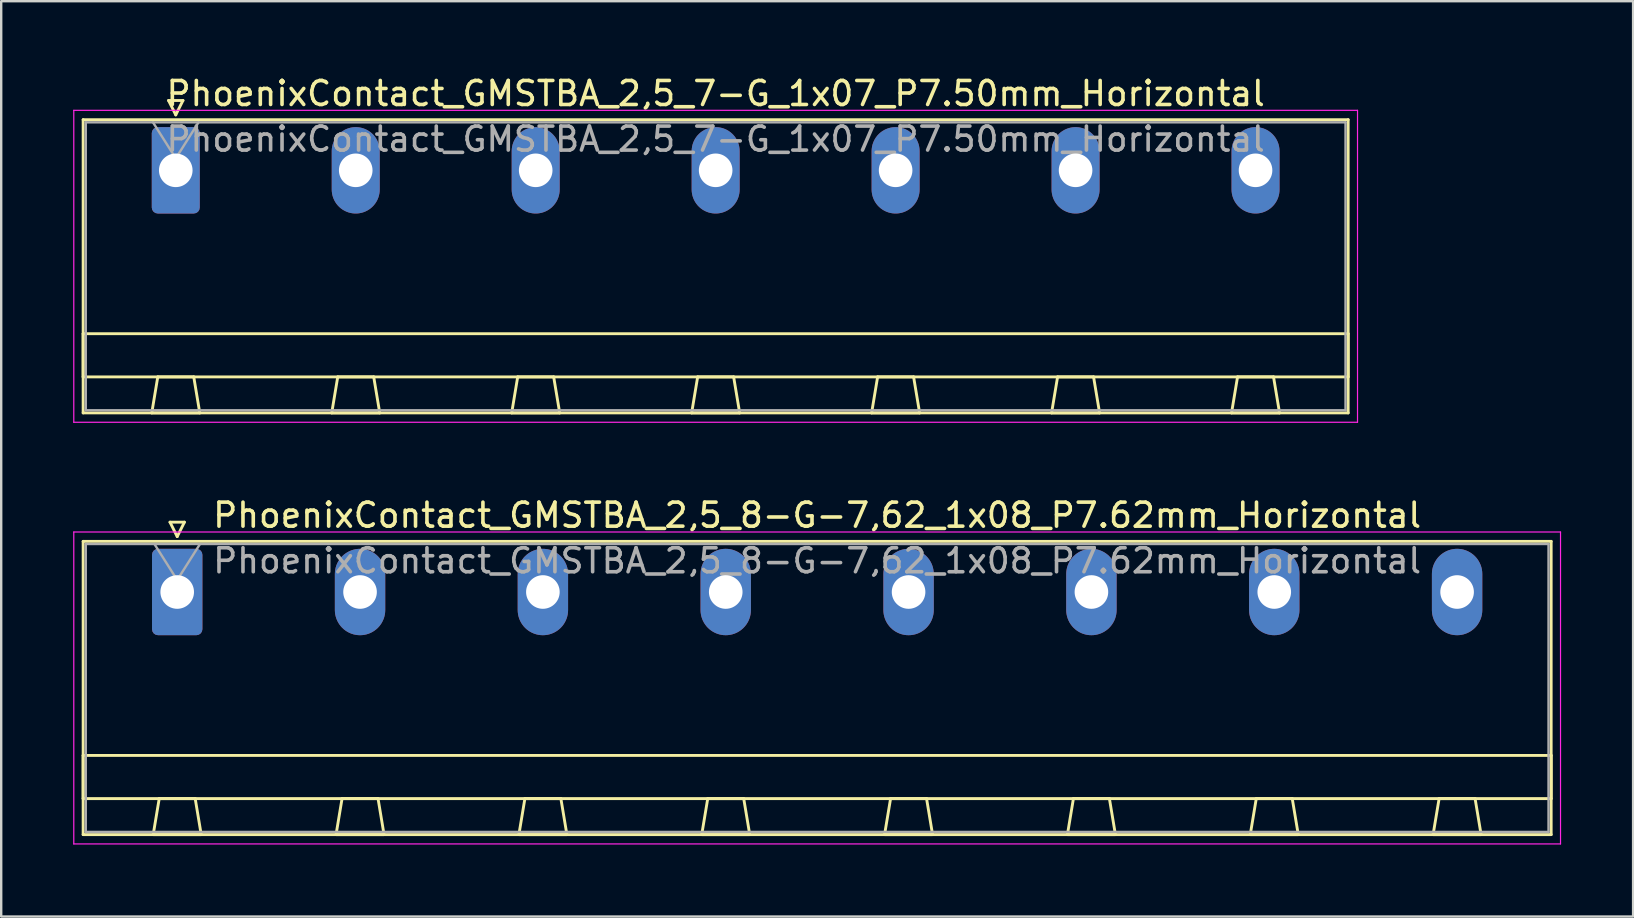
<source format=kicad_pcb>
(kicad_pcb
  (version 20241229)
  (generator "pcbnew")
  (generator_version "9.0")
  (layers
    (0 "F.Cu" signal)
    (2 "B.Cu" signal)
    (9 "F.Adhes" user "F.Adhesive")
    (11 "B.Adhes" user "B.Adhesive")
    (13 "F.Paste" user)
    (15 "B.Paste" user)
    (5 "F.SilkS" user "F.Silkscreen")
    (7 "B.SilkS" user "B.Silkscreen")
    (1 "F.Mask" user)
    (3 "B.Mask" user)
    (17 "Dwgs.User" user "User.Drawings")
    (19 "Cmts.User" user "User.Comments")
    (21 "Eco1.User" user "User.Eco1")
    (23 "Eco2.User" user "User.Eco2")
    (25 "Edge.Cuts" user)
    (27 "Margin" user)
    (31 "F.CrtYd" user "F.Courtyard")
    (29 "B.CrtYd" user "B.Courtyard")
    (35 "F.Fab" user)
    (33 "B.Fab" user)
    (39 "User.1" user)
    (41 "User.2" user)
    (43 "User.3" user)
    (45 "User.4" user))
  (footprint "PhoenixContact_GMSTBA_2,5_8-G-7,62_1x08_P7.62mm_Horizontal"
    (layer "F.Cu")
    (at 4.335 21.622)
    (property "Reference" "PhoenixContact_GMSTBA_2,5_8-G-7,62_1x08_P7.62mm_Horizontal" (at 26.67 -3.2 0) (layer "F.SilkS") (effects (font (size 1 1) (thickness 0.15))))
    (attr through_hole)
    (fp_line (start -3.92 -2.11) (end -3.92 10.11) (stroke (width 0.12) (type solid)) (layer "F.SilkS"))
    (fp_line (start -3.92 6.81) (end 57.26 6.81) (stroke (width 0.12) (type solid)) (layer "F.SilkS"))
    (fp_line (start -3.92 8.61) (end -3.92 6.81) (stroke (width 0.12) (type solid)) (layer "F.SilkS"))
    (fp_line (start -3.92 10.11) (end 57.26 10.11) (stroke (width 0.12) (type solid)) (layer "F.SilkS"))
    (fp_line (start -1 10.11) (end 1 10.11) (stroke (width 0.12) (type solid)) (layer "F.SilkS"))
    (fp_line (start -0.75 8.61) (end -1 10.11) (stroke (width 0.12) (type solid)) (layer "F.SilkS"))
    (fp_line (start -0.3 -2.91) (end 0.3 -2.91) (stroke (width 0.12) (type solid)) (layer "F.SilkS"))
    (fp_line (start 0 -2.31) (end -0.3 -2.91) (stroke (width 0.12) (type solid)) (layer "F.SilkS"))
    (fp_line (start 0.3 -2.91) (end 0 -2.31) (stroke (width 0.12) (type solid)) (layer "F.SilkS"))
    (fp_line (start 0.75 8.61) (end -0.75 8.61) (stroke (width 0.12) (type solid)) (layer "F.SilkS"))
    (fp_line (start 1 10.11) (end 0.75 8.61) (stroke (width 0.12) (type solid)) (layer "F.SilkS"))
    (fp_line (start 6.62 10.11) (end 8.62 10.11) (stroke (width 0.12) (type solid)) (layer "F.SilkS"))
    (fp_line (start 6.87 8.61) (end 6.62 10.11) (stroke (width 0.12) (type solid)) (layer "F.SilkS"))
    (fp_line (start 8.37 8.61) (end 6.87 8.61) (stroke (width 0.12) (type solid)) (layer "F.SilkS"))
    (fp_line (start 8.62 10.11) (end 8.37 8.61) (stroke (width 0.12) (type solid)) (layer "F.SilkS"))
    (fp_line (start 14.24 10.11) (end 16.24 10.11) (stroke (width 0.12) (type solid)) (layer "F.SilkS"))
    (fp_line (start 14.49 8.61) (end 14.24 10.11) (stroke (width 0.12) (type solid)) (layer "F.SilkS"))
    (fp_line (start 15.99 8.61) (end 14.49 8.61) (stroke (width 0.12) (type solid)) (layer "F.SilkS"))
    (fp_line (start 16.24 10.11) (end 15.99 8.61) (stroke (width 0.12) (type solid)) (layer "F.SilkS"))
    (fp_line (start 21.86 10.11) (end 23.86 10.11) (stroke (width 0.12) (type solid)) (layer "F.SilkS"))
    (fp_line (start 22.11 8.61) (end 21.86 10.11) (stroke (width 0.12) (type solid)) (layer "F.SilkS"))
    (fp_line (start 23.61 8.61) (end 22.11 8.61) (stroke (width 0.12) (type solid)) (layer "F.SilkS"))
    (fp_line (start 23.86 10.11) (end 23.61 8.61) (stroke (width 0.12) (type solid)) (layer "F.SilkS"))
    (fp_line (start 29.48 10.11) (end 31.48 10.11) (stroke (width 0.12) (type solid)) (layer "F.SilkS"))
    (fp_line (start 29.73 8.61) (end 29.48 10.11) (stroke (width 0.12) (type solid)) (layer "F.SilkS"))
    (fp_line (start 31.23 8.61) (end 29.73 8.61) (stroke (width 0.12) (type solid)) (layer "F.SilkS"))
    (fp_line (start 31.48 10.11) (end 31.23 8.61) (stroke (width 0.12) (type solid)) (layer "F.SilkS"))
    (fp_line (start 37.1 10.11) (end 39.1 10.11) (stroke (width 0.12) (type solid)) (layer "F.SilkS"))
    (fp_line (start 37.35 8.61) (end 37.1 10.11) (stroke (width 0.12) (type solid)) (layer "F.SilkS"))
    (fp_line (start 38.85 8.61) (end 37.35 8.61) (stroke (width 0.12) (type solid)) (layer "F.SilkS"))
    (fp_line (start 39.1 10.11) (end 38.85 8.61) (stroke (width 0.12) (type solid)) (layer "F.SilkS"))
    (fp_line (start 44.72 10.11) (end 46.72 10.11) (stroke (width 0.12) (type solid)) (layer "F.SilkS"))
    (fp_line (start 44.97 8.61) (end 44.72 10.11) (stroke (width 0.12) (type solid)) (layer "F.SilkS"))
    (fp_line (start 46.47 8.61) (end 44.97 8.61) (stroke (width 0.12) (type solid)) (layer "F.SilkS"))
    (fp_line (start 46.72 10.11) (end 46.47 8.61) (stroke (width 0.12) (type solid)) (layer "F.SilkS"))
    (fp_line (start 52.34 10.11) (end 54.34 10.11) (stroke (width 0.12) (type solid)) (layer "F.SilkS"))
    (fp_line (start 52.59 8.61) (end 52.34 10.11) (stroke (width 0.12) (type solid)) (layer "F.SilkS"))
    (fp_line (start 54.09 8.61) (end 52.59 8.61) (stroke (width 0.12) (type solid)) (layer "F.SilkS"))
    (fp_line (start 54.34 10.11) (end 54.09 8.61) (stroke (width 0.12) (type solid)) (layer "F.SilkS"))
    (fp_line (start 57.26 -2.11) (end -3.92 -2.11) (stroke (width 0.12) (type solid)) (layer "F.SilkS"))
    (fp_line (start 57.26 6.81) (end 57.26 8.61) (stroke (width 0.12) (type solid)) (layer "F.SilkS"))
    (fp_line (start 57.26 8.61) (end -3.92 8.61) (stroke (width 0.12) (type solid)) (layer "F.SilkS"))
    (fp_line (start 57.26 10.11) (end 57.26 -2.11) (stroke (width 0.12) (type solid)) (layer "F.SilkS"))
    (fp_line (start -4.31 -2.5) (end -4.31 10.5) (stroke (width 0.05) (type solid)) (layer "F.CrtYd"))
    (fp_line (start -4.31 10.5) (end 57.65 10.5) (stroke (width 0.05) (type solid)) (layer "F.CrtYd"))
    (fp_line (start 57.65 -2.5) (end -4.31 -2.5) (stroke (width 0.05) (type solid)) (layer "F.CrtYd"))
    (fp_line (start 57.65 10.5) (end 57.65 -2.5) (stroke (width 0.05) (type solid)) (layer "F.CrtYd"))
    (fp_line (start -3.81 -2) (end -3.81 10) (stroke (width 0.1) (type solid)) (layer "F.Fab"))
    (fp_line (start -3.81 10) (end 57.15 10) (stroke (width 0.1) (type solid)) (layer "F.Fab"))
    (fp_line (start 0 -0.5) (end -0.95 -2) (stroke (width 0.1) (type solid)) (layer "F.Fab"))
    (fp_line (start 0.95 -2) (end 0 -0.5) (stroke (width 0.1) (type solid)) (layer "F.Fab"))
    (fp_line (start 57.15 -2) (end -3.81 -2) (stroke (width 0.1) (type solid)) (layer "F.Fab"))
    (fp_line (start 57.15 10) (end 57.15 -2) (stroke (width 0.1) (type solid)) (layer "F.Fab"))
    (fp_text user "${REFERENCE}" (at 26.67 -1.3 0) (layer "F.Fab") (effects (font (size 1 1) (thickness 0.15))))
    (pad "1" thru_hole roundrect (at 0 0) (size 2.1 3.6) (drill 1.4) (layers "*.Cu" "*.Mask") (roundrect_rratio 0.119))
    (pad "2" thru_hole oval (at 7.62 0) (size 2.1 3.6) (drill 1.4) (layers "*.Cu" "*.Mask"))
    (pad "3" thru_hole oval (at 15.24 0) (size 2.1 3.6) (drill 1.4) (layers "*.Cu" "*.Mask"))
    (pad "4" thru_hole oval (at 22.86 0) (size 2.1 3.6) (drill 1.4) (layers "*.Cu" "*.Mask"))
    (pad "5" thru_hole oval (at 30.48 0) (size 2.1 3.6) (drill 1.4) (layers "*.Cu" "*.Mask"))
    (pad "6" thru_hole oval (at 38.1 0) (size 2.1 3.6) (drill 1.4) (layers "*.Cu" "*.Mask"))
    (pad "7" thru_hole oval (at 45.72 0) (size 2.1 3.6) (drill 1.4) (layers "*.Cu" "*.Mask"))
    (pad "8" thru_hole oval (at 53.34 0) (size 2.1 3.6) (drill 1.4) (layers "*.Cu" "*.Mask")))
  (footprint "PhoenixContact_GMSTBA_2,5_7-G_1x07_P7.50mm_Horizontal"
    (layer "F.Cu")
    (at 4.275 4.048)
    (property "Reference" "PhoenixContact_GMSTBA_2,5_7-G_1x07_P7.50mm_Horizontal" (at 22.5 -3.2 0) (layer "F.SilkS") (effects (font (size 1 1) (thickness 0.15))))
    (attr through_hole)
    (fp_line (start -3.86 -2.11) (end -3.86 10.11) (stroke (width 0.12) (type solid)) (layer "F.SilkS"))
    (fp_line (start -3.86 6.81) (end 48.86 6.81) (stroke (width 0.12) (type solid)) (layer "F.SilkS"))
    (fp_line (start -3.86 8.61) (end -3.86 6.81) (stroke (width 0.12) (type solid)) (layer "F.SilkS"))
    (fp_line (start -3.86 10.11) (end 48.86 10.11) (stroke (width 0.12) (type solid)) (layer "F.SilkS"))
    (fp_line (start -1 10.11) (end 1 10.11) (stroke (width 0.12) (type solid)) (layer "F.SilkS"))
    (fp_line (start -0.75 8.61) (end -1 10.11) (stroke (width 0.12) (type solid)) (layer "F.SilkS"))
    (fp_line (start -0.3 -2.91) (end 0.3 -2.91) (stroke (width 0.12) (type solid)) (layer "F.SilkS"))
    (fp_line (start 0 -2.31) (end -0.3 -2.91) (stroke (width 0.12) (type solid)) (layer "F.SilkS"))
    (fp_line (start 0.3 -2.91) (end 0 -2.31) (stroke (width 0.12) (type solid)) (layer "F.SilkS"))
    (fp_line (start 0.75 8.61) (end -0.75 8.61) (stroke (width 0.12) (type solid)) (layer "F.SilkS"))
    (fp_line (start 1 10.11) (end 0.75 8.61) (stroke (width 0.12) (type solid)) (layer "F.SilkS"))
    (fp_line (start 6.5 10.11) (end 8.5 10.11) (stroke (width 0.12) (type solid)) (layer "F.SilkS"))
    (fp_line (start 6.75 8.61) (end 6.5 10.11) (stroke (width 0.12) (type solid)) (layer "F.SilkS"))
    (fp_line (start 8.25 8.61) (end 6.75 8.61) (stroke (width 0.12) (type solid)) (layer "F.SilkS"))
    (fp_line (start 8.5 10.11) (end 8.25 8.61) (stroke (width 0.12) (type solid)) (layer "F.SilkS"))
    (fp_line (start 14 10.11) (end 16 10.11) (stroke (width 0.12) (type solid)) (layer "F.SilkS"))
    (fp_line (start 14.25 8.61) (end 14 10.11) (stroke (width 0.12) (type solid)) (layer "F.SilkS"))
    (fp_line (start 15.75 8.61) (end 14.25 8.61) (stroke (width 0.12) (type solid)) (layer "F.SilkS"))
    (fp_line (start 16 10.11) (end 15.75 8.61) (stroke (width 0.12) (type solid)) (layer "F.SilkS"))
    (fp_line (start 21.5 10.11) (end 23.5 10.11) (stroke (width 0.12) (type solid)) (layer "F.SilkS"))
    (fp_line (start 21.75 8.61) (end 21.5 10.11) (stroke (width 0.12) (type solid)) (layer "F.SilkS"))
    (fp_line (start 23.25 8.61) (end 21.75 8.61) (stroke (width 0.12) (type solid)) (layer "F.SilkS"))
    (fp_line (start 23.5 10.11) (end 23.25 8.61) (stroke (width 0.12) (type solid)) (layer "F.SilkS"))
    (fp_line (start 29 10.11) (end 31 10.11) (stroke (width 0.12) (type solid)) (layer "F.SilkS"))
    (fp_line (start 29.25 8.61) (end 29 10.11) (stroke (width 0.12) (type solid)) (layer "F.SilkS"))
    (fp_line (start 30.75 8.61) (end 29.25 8.61) (stroke (width 0.12) (type solid)) (layer "F.SilkS"))
    (fp_line (start 31 10.11) (end 30.75 8.61) (stroke (width 0.12) (type solid)) (layer "F.SilkS"))
    (fp_line (start 36.5 10.11) (end 38.5 10.11) (stroke (width 0.12) (type solid)) (layer "F.SilkS"))
    (fp_line (start 36.75 8.61) (end 36.5 10.11) (stroke (width 0.12) (type solid)) (layer "F.SilkS"))
    (fp_line (start 38.25 8.61) (end 36.75 8.61) (stroke (width 0.12) (type solid)) (layer "F.SilkS"))
    (fp_line (start 38.5 10.11) (end 38.25 8.61) (stroke (width 0.12) (type solid)) (layer "F.SilkS"))
    (fp_line (start 44 10.11) (end 46 10.11) (stroke (width 0.12) (type solid)) (layer "F.SilkS"))
    (fp_line (start 44.25 8.61) (end 44 10.11) (stroke (width 0.12) (type solid)) (layer "F.SilkS"))
    (fp_line (start 45.75 8.61) (end 44.25 8.61) (stroke (width 0.12) (type solid)) (layer "F.SilkS"))
    (fp_line (start 46 10.11) (end 45.75 8.61) (stroke (width 0.12) (type solid)) (layer "F.SilkS"))
    (fp_line (start 48.86 -2.11) (end -3.86 -2.11) (stroke (width 0.12) (type solid)) (layer "F.SilkS"))
    (fp_line (start 48.86 6.81) (end 48.86 8.61) (stroke (width 0.12) (type solid)) (layer "F.SilkS"))
    (fp_line (start 48.86 8.61) (end -3.86 8.61) (stroke (width 0.12) (type solid)) (layer "F.SilkS"))
    (fp_line (start 48.86 10.11) (end 48.86 -2.11) (stroke (width 0.12) (type solid)) (layer "F.SilkS"))
    (fp_line (start -4.25 -2.5) (end -4.25 10.5) (stroke (width 0.05) (type solid)) (layer "F.CrtYd"))
    (fp_line (start -4.25 10.5) (end 49.25 10.5) (stroke (width 0.05) (type solid)) (layer "F.CrtYd"))
    (fp_line (start 49.25 -2.5) (end -4.25 -2.5) (stroke (width 0.05) (type solid)) (layer "F.CrtYd"))
    (fp_line (start 49.25 10.5) (end 49.25 -2.5) (stroke (width 0.05) (type solid)) (layer "F.CrtYd"))
    (fp_line (start -3.75 -2) (end -3.75 10) (stroke (width 0.1) (type solid)) (layer "F.Fab"))
    (fp_line (start -3.75 10) (end 48.75 10) (stroke (width 0.1) (type solid)) (layer "F.Fab"))
    (fp_line (start 0 -0.5) (end -0.95 -2) (stroke (width 0.1) (type solid)) (layer "F.Fab"))
    (fp_line (start 0.95 -2) (end 0 -0.5) (stroke (width 0.1) (type solid)) (layer "F.Fab"))
    (fp_line (start 48.75 -2) (end -3.75 -2) (stroke (width 0.1) (type solid)) (layer "F.Fab"))
    (fp_line (start 48.75 10) (end 48.75 -2) (stroke (width 0.1) (type solid)) (layer "F.Fab"))
    (fp_text user "${REFERENCE}" (at 22.5 -1.3 0) (layer "F.Fab") (effects (font (size 1 1) (thickness 0.15))))
    (pad "1" thru_hole roundrect (at 0 0) (size 2 3.6) (drill 1.4) (layers "*.Cu" "*.Mask") (roundrect_rratio 0.125))
    (pad "2" thru_hole oval (at 7.5 0) (size 2 3.6) (drill 1.4) (layers "*.Cu" "*.Mask"))
    (pad "3" thru_hole oval (at 15 0) (size 2 3.6) (drill 1.4) (layers "*.Cu" "*.Mask"))
    (pad "4" thru_hole oval (at 22.5 0) (size 2 3.6) (drill 1.4) (layers "*.Cu" "*.Mask"))
    (pad "5" thru_hole oval (at 30 0) (size 2 3.6) (drill 1.4) (layers "*.Cu" "*.Mask"))
    (pad "6" thru_hole oval (at 37.5 0) (size 2 3.6) (drill 1.4) (layers "*.Cu" "*.Mask"))
    (pad "7" thru_hole oval (at 45 0) (size 2 3.6) (drill 1.4) (layers "*.Cu" "*.Mask")))
  (gr_rect
    (start -3 -3)
    (end 65.01 35.147)
    (stroke (width 0.1) (type default))
    (fill no)
    (layer "Edge.Cuts")))
</source>
